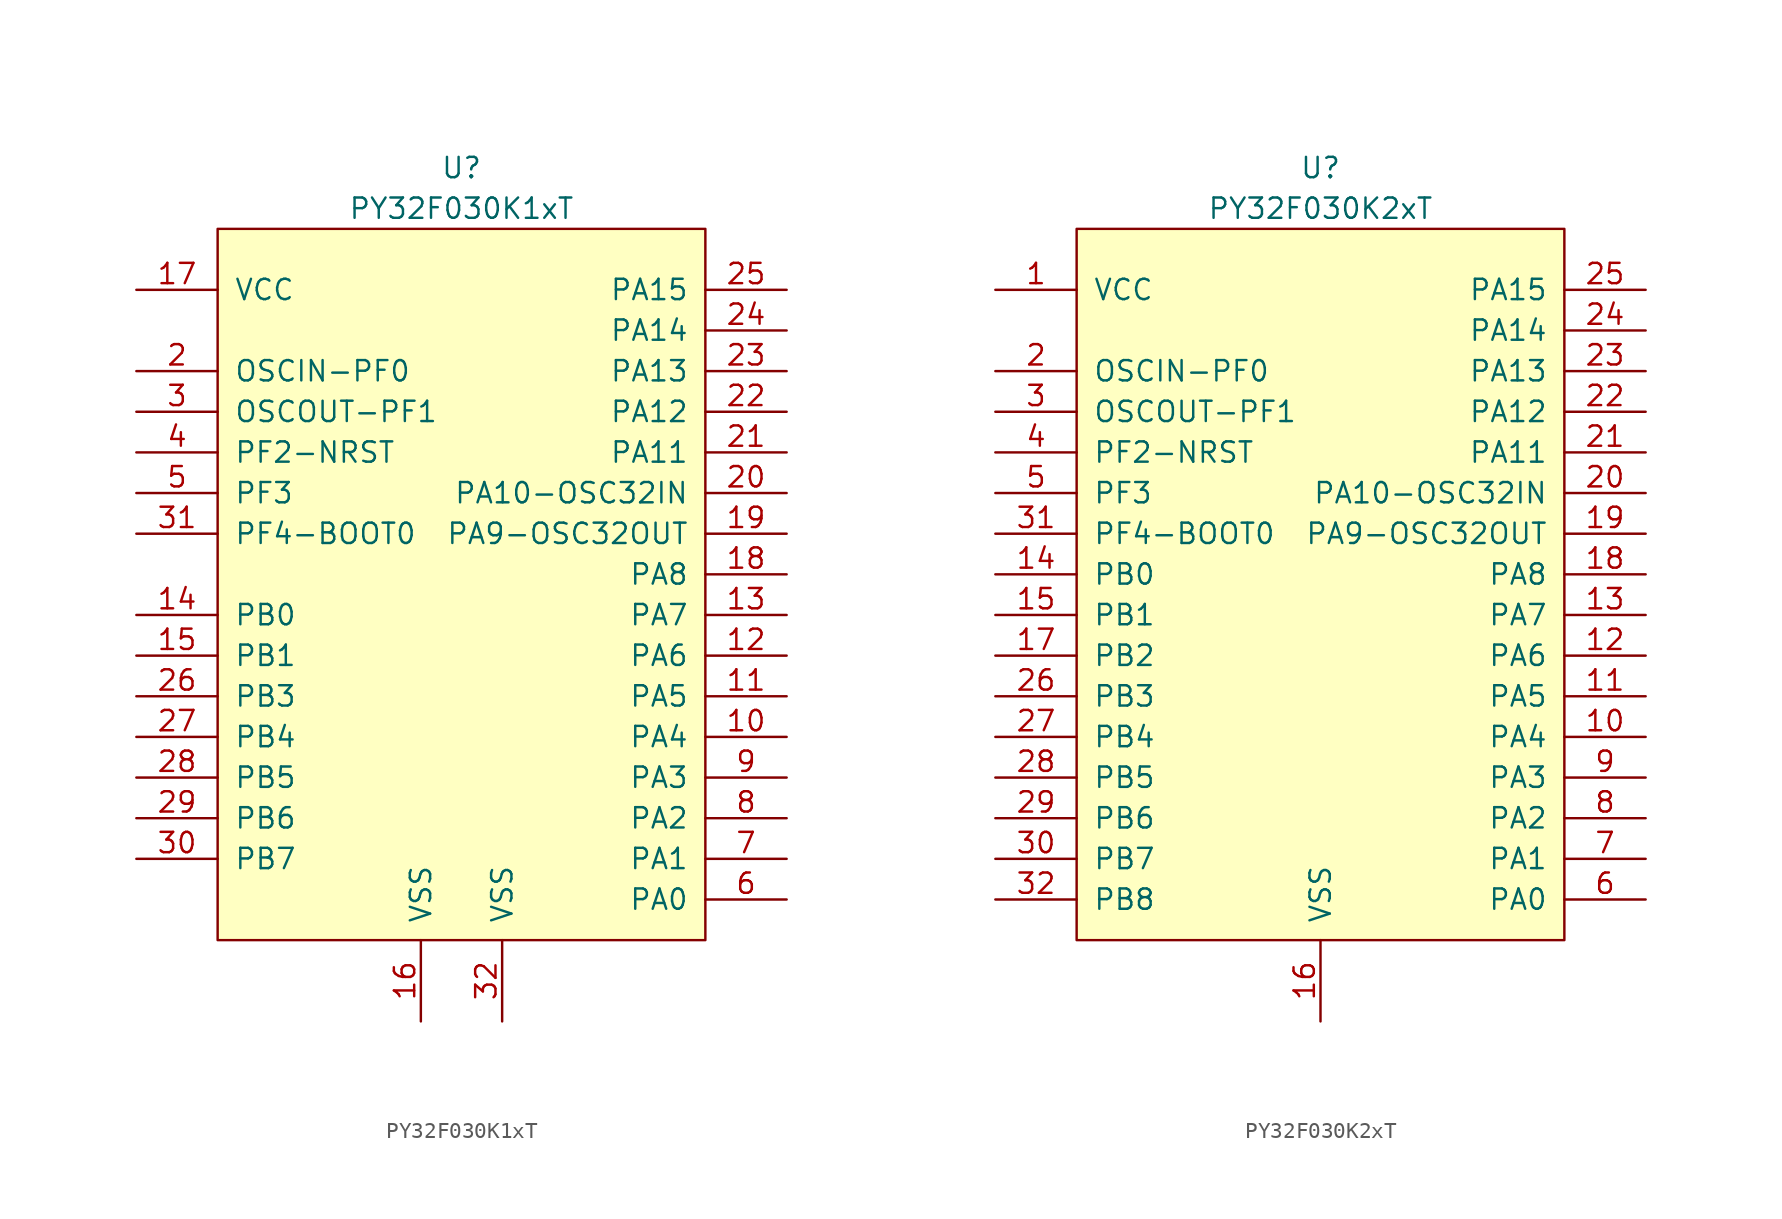
<source format=kicad_sym>
(kicad_symbol_lib
  (version 20211014)
  (generator kicad_symbol_editor)
  (symbol "PY32F030K1xT"
    (pin_names
      (offset 1.016))
    (property "Reference" "U"
      (at 0 2.54 0)
      (effects (font (size 1.27 1.27))))
    (property "Value" "PY32F030K1xT"
      (at 0 0 0)
      (effects (font (size 1.27 1.27))))
    (symbol "PY32F030K1xT_0_1"
      (rectangle (start -15.24 -1.27) (end 15.24 -45.72) (stroke (width 0) (type default) (color 0 0 0 0)) (fill (type background))))
    (symbol "PY32F030K1xT_1_1"
      (pin bidirectional line (at 20.32 -33.02 180) (length 5.08) (name "PA4" (effects (font (size 1.27 1.27)))) (number "10" (effects (font (size 1.27 1.27)))))
      (pin bidirectional line (at 20.32 -30.48 180) (length 5.08) (name "PA5" (effects (font (size 1.27 1.27)))) (number "11" (effects (font (size 1.27 1.27)))))
      (pin bidirectional line (at 20.32 -27.94 180) (length 5.08) (name "PA6" (effects (font (size 1.27 1.27)))) (number "12" (effects (font (size 1.27 1.27)))))
      (pin bidirectional line (at 20.32 -25.4 180) (length 5.08) (name "PA7" (effects (font (size 1.27 1.27)))) (number "13" (effects (font (size 1.27 1.27)))))
      (pin bidirectional line (at -20.32 -25.4 0) (length 5.08) (name "PB0" (effects (font (size 1.27 1.27)))) (number "14" (effects (font (size 1.27 1.27)))))
      (pin bidirectional line (at -20.32 -27.94 0) (length 5.08) (name "PB1" (effects (font (size 1.27 1.27)))) (number "15" (effects (font (size 1.27 1.27)))))
      (pin passive line (at -2.54 -50.8 90) (length 5.08) (name "VSS" (effects (font (size 1.27 1.27)))) (number "16" (effects (font (size 1.27 1.27)))))
      (pin power_in line (at -20.32 -5.08 0) (length 5.08) (name "VCC" (effects (font (size 1.27 1.27)))) (number "17" (effects (font (size 1.27 1.27)))))
      (pin bidirectional line (at 20.32 -22.86 180) (length 5.08) (name "PA8" (effects (font (size 1.27 1.27)))) (number "18" (effects (font (size 1.27 1.27)))))
      (pin bidirectional line (at 20.32 -20.32 180) (length 5.08) (name "PA9-OSC32OUT" (effects (font (size 1.27 1.27)))) (number "19" (effects (font (size 1.27 1.27)))))
      (pin input line (at -20.32 -10.16 0) (length 5.08) (name "OSCIN-PF0" (effects (font (size 1.27 1.27)))) (number "2" (effects (font (size 1.27 1.27)))))
      (pin bidirectional line (at 20.32 -17.78 180) (length 5.08) (name "PA10-OSC32IN" (effects (font (size 1.27 1.27)))) (number "20" (effects (font (size 1.27 1.27)))))
      (pin bidirectional line (at 20.32 -15.24 180) (length 5.08) (name "PA11" (effects (font (size 1.27 1.27)))) (number "21" (effects (font (size 1.27 1.27)))))
      (pin bidirectional line (at 20.32 -12.7 180) (length 5.08) (name "PA12" (effects (font (size 1.27 1.27)))) (number "22" (effects (font (size 1.27 1.27)))))
      (pin bidirectional line (at 20.32 -10.16 180) (length 5.08) (name "PA13" (effects (font (size 1.27 1.27)))) (number "23" (effects (font (size 1.27 1.27)))))
      (pin bidirectional line (at 20.32 -7.62 180) (length 5.08) (name "PA14" (effects (font (size 1.27 1.27)))) (number "24" (effects (font (size 1.27 1.27)))))
      (pin bidirectional line (at 20.32 -5.08 180) (length 5.08) (name "PA15" (effects (font (size 1.27 1.27)))) (number "25" (effects (font (size 1.27 1.27)))))
      (pin bidirectional line (at -20.32 -30.48 0) (length 5.08) (name "PB3" (effects (font (size 1.27 1.27)))) (number "26" (effects (font (size 1.27 1.27)))))
      (pin bidirectional line (at -20.32 -33.02 0) (length 5.08) (name "PB4" (effects (font (size 1.27 1.27)))) (number "27" (effects (font (size 1.27 1.27)))))
      (pin bidirectional line (at -20.32 -35.56 0) (length 5.08) (name "PB5" (effects (font (size 1.27 1.27)))) (number "28" (effects (font (size 1.27 1.27)))))
      (pin bidirectional line (at -20.32 -38.1 0) (length 5.08) (name "PB6" (effects (font (size 1.27 1.27)))) (number "29" (effects (font (size 1.27 1.27)))))
      (pin output line (at -20.32 -12.7 0) (length 5.08) (name "OSCOUT-PF1" (effects (font (size 1.27 1.27)))) (number "3" (effects (font (size 1.27 1.27)))))
      (pin bidirectional line (at -20.32 -40.64 0) (length 5.08) (name "PB7" (effects (font (size 1.27 1.27)))) (number "30" (effects (font (size 1.27 1.27)))))
      (pin input line (at -20.32 -20.32 0) (length 5.08) (name "PF4-BOOT0" (effects (font (size 1.27 1.27)))) (number "31" (effects (font (size 1.27 1.27)))))
      (pin passive line (at 2.54 -50.8 90) (length 5.08) (name "VSS" (effects (font (size 1.27 1.27)))) (number "32" (effects (font (size 1.27 1.27)))))
      (pin input line (at -20.32 -15.24 0) (length 5.08) (name "PF2-NRST" (effects (font (size 1.27 1.27)))) (number "4" (effects (font (size 1.27 1.27)))))
      (pin bidirectional line (at -20.32 -17.78 0) (length 5.08) (name "PF3" (effects (font (size 1.27 1.27)))) (number "5" (effects (font (size 1.27 1.27)))))
      (pin bidirectional line (at 20.32 -43.18 180) (length 5.08) (name "PA0" (effects (font (size 1.27 1.27)))) (number "6" (effects (font (size 1.27 1.27)))))
      (pin bidirectional line (at 20.32 -40.64 180) (length 5.08) (name "PA1" (effects (font (size 1.27 1.27)))) (number "7" (effects (font (size 1.27 1.27)))))
      (pin bidirectional line (at 20.32 -38.1 180) (length 5.08) (name "PA2" (effects (font (size 1.27 1.27)))) (number "8" (effects (font (size 1.27 1.27)))))
      (pin bidirectional line (at 20.32 -35.56 180) (length 5.08) (name "PA3" (effects (font (size 1.27 1.27)))) (number "9" (effects (font (size 1.27 1.27)))))))
  (symbol "PY32F030K2xT"
    (pin_names
      (offset 1.016))
    (property "Reference" "U"
      (at 0 2.54 0)
      (effects (font (size 1.27 1.27))))
    (property "Value" "PY32F030K2xT"
      (at 0 0 0)
      (effects (font (size 1.27 1.27))))
    (symbol "PY32F030K2xT_0_1"
      (rectangle (start -15.24 -1.27) (end 15.24 -45.72) (stroke (width 0) (type default) (color 0 0 0 0)) (fill (type background))))
    (symbol "PY32F030K2xT_1_1"
      (pin power_in line (at -20.32 -5.08 0) (length 5.08) (name "VCC" (effects (font (size 1.27 1.27)))) (number "1" (effects (font (size 1.27 1.27)))))
      (pin bidirectional line (at 20.32 -33.02 180) (length 5.08) (name "PA4" (effects (font (size 1.27 1.27)))) (number "10" (effects (font (size 1.27 1.27)))))
      (pin bidirectional line (at 20.32 -30.48 180) (length 5.08) (name "PA5" (effects (font (size 1.27 1.27)))) (number "11" (effects (font (size 1.27 1.27)))))
      (pin bidirectional line (at 20.32 -27.94 180) (length 5.08) (name "PA6" (effects (font (size 1.27 1.27)))) (number "12" (effects (font (size 1.27 1.27)))))
      (pin bidirectional line (at 20.32 -25.4 180) (length 5.08) (name "PA7" (effects (font (size 1.27 1.27)))) (number "13" (effects (font (size 1.27 1.27)))))
      (pin bidirectional line (at -20.32 -22.86 0) (length 5.08) (name "PB0" (effects (font (size 1.27 1.27)))) (number "14" (effects (font (size 1.27 1.27)))))
      (pin bidirectional line (at -20.32 -25.4 0) (length 5.08) (name "PB1" (effects (font (size 1.27 1.27)))) (number "15" (effects (font (size 1.27 1.27)))))
      (pin passive line (at 0 -50.8 90) (length 5.08) (name "VSS" (effects (font (size 1.27 1.27)))) (number "16" (effects (font (size 1.27 1.27)))))
      (pin bidirectional line (at -20.32 -27.94 0) (length 5.08) (name "PB2" (effects (font (size 1.27 1.27)))) (number "17" (effects (font (size 1.27 1.27)))))
      (pin bidirectional line (at 20.32 -22.86 180) (length 5.08) (name "PA8" (effects (font (size 1.27 1.27)))) (number "18" (effects (font (size 1.27 1.27)))))
      (pin bidirectional line (at 20.32 -20.32 180) (length 5.08) (name "PA9-OSC32OUT" (effects (font (size 1.27 1.27)))) (number "19" (effects (font (size 1.27 1.27)))))
      (pin input line (at -20.32 -10.16 0) (length 5.08) (name "OSCIN-PF0" (effects (font (size 1.27 1.27)))) (number "2" (effects (font (size 1.27 1.27)))))
      (pin bidirectional line (at 20.32 -17.78 180) (length 5.08) (name "PA10-OSC32IN" (effects (font (size 1.27 1.27)))) (number "20" (effects (font (size 1.27 1.27)))))
      (pin bidirectional line (at 20.32 -15.24 180) (length 5.08) (name "PA11" (effects (font (size 1.27 1.27)))) (number "21" (effects (font (size 1.27 1.27)))))
      (pin bidirectional line (at 20.32 -12.7 180) (length 5.08) (name "PA12" (effects (font (size 1.27 1.27)))) (number "22" (effects (font (size 1.27 1.27)))))
      (pin bidirectional line (at 20.32 -10.16 180) (length 5.08) (name "PA13" (effects (font (size 1.27 1.27)))) (number "23" (effects (font (size 1.27 1.27)))))
      (pin bidirectional line (at 20.32 -7.62 180) (length 5.08) (name "PA14" (effects (font (size 1.27 1.27)))) (number "24" (effects (font (size 1.27 1.27)))))
      (pin bidirectional line (at 20.32 -5.08 180) (length 5.08) (name "PA15" (effects (font (size 1.27 1.27)))) (number "25" (effects (font (size 1.27 1.27)))))
      (pin bidirectional line (at -20.32 -30.48 0) (length 5.08) (name "PB3" (effects (font (size 1.27 1.27)))) (number "26" (effects (font (size 1.27 1.27)))))
      (pin bidirectional line (at -20.32 -33.02 0) (length 5.08) (name "PB4" (effects (font (size 1.27 1.27)))) (number "27" (effects (font (size 1.27 1.27)))))
      (pin bidirectional line (at -20.32 -35.56 0) (length 5.08) (name "PB5" (effects (font (size 1.27 1.27)))) (number "28" (effects (font (size 1.27 1.27)))))
      (pin bidirectional line (at -20.32 -38.1 0) (length 5.08) (name "PB6" (effects (font (size 1.27 1.27)))) (number "29" (effects (font (size 1.27 1.27)))))
      (pin output line (at -20.32 -12.7 0) (length 5.08) (name "OSCOUT-PF1" (effects (font (size 1.27 1.27)))) (number "3" (effects (font (size 1.27 1.27)))))
      (pin bidirectional line (at -20.32 -40.64 0) (length 5.08) (name "PB7" (effects (font (size 1.27 1.27)))) (number "30" (effects (font (size 1.27 1.27)))))
      (pin input line (at -20.32 -20.32 0) (length 5.08) (name "PF4-BOOT0" (effects (font (size 1.27 1.27)))) (number "31" (effects (font (size 1.27 1.27)))))
      (pin passive line (at -20.32 -43.18 0) (length 5.08) (name "PB8" (effects (font (size 1.27 1.27)))) (number "32" (effects (font (size 1.27 1.27)))))
      (pin input line (at -20.32 -15.24 0) (length 5.08) (name "PF2-NRST" (effects (font (size 1.27 1.27)))) (number "4" (effects (font (size 1.27 1.27)))))
      (pin bidirectional line (at -20.32 -17.78 0) (length 5.08) (name "PF3" (effects (font (size 1.27 1.27)))) (number "5" (effects (font (size 1.27 1.27)))))
      (pin bidirectional line (at 20.32 -43.18 180) (length 5.08) (name "PA0" (effects (font (size 1.27 1.27)))) (number "6" (effects (font (size 1.27 1.27)))))
      (pin bidirectional line (at 20.32 -40.64 180) (length 5.08) (name "PA1" (effects (font (size 1.27 1.27)))) (number "7" (effects (font (size 1.27 1.27)))))
      (pin bidirectional line (at 20.32 -38.1 180) (length 5.08) (name "PA2" (effects (font (size 1.27 1.27)))) (number "8" (effects (font (size 1.27 1.27)))))
      (pin bidirectional line (at 20.32 -35.56 180) (length 5.08) (name "PA3" (effects (font (size 1.27 1.27)))) (number "9" (effects (font (size 1.27 1.27))))))))
</source>
